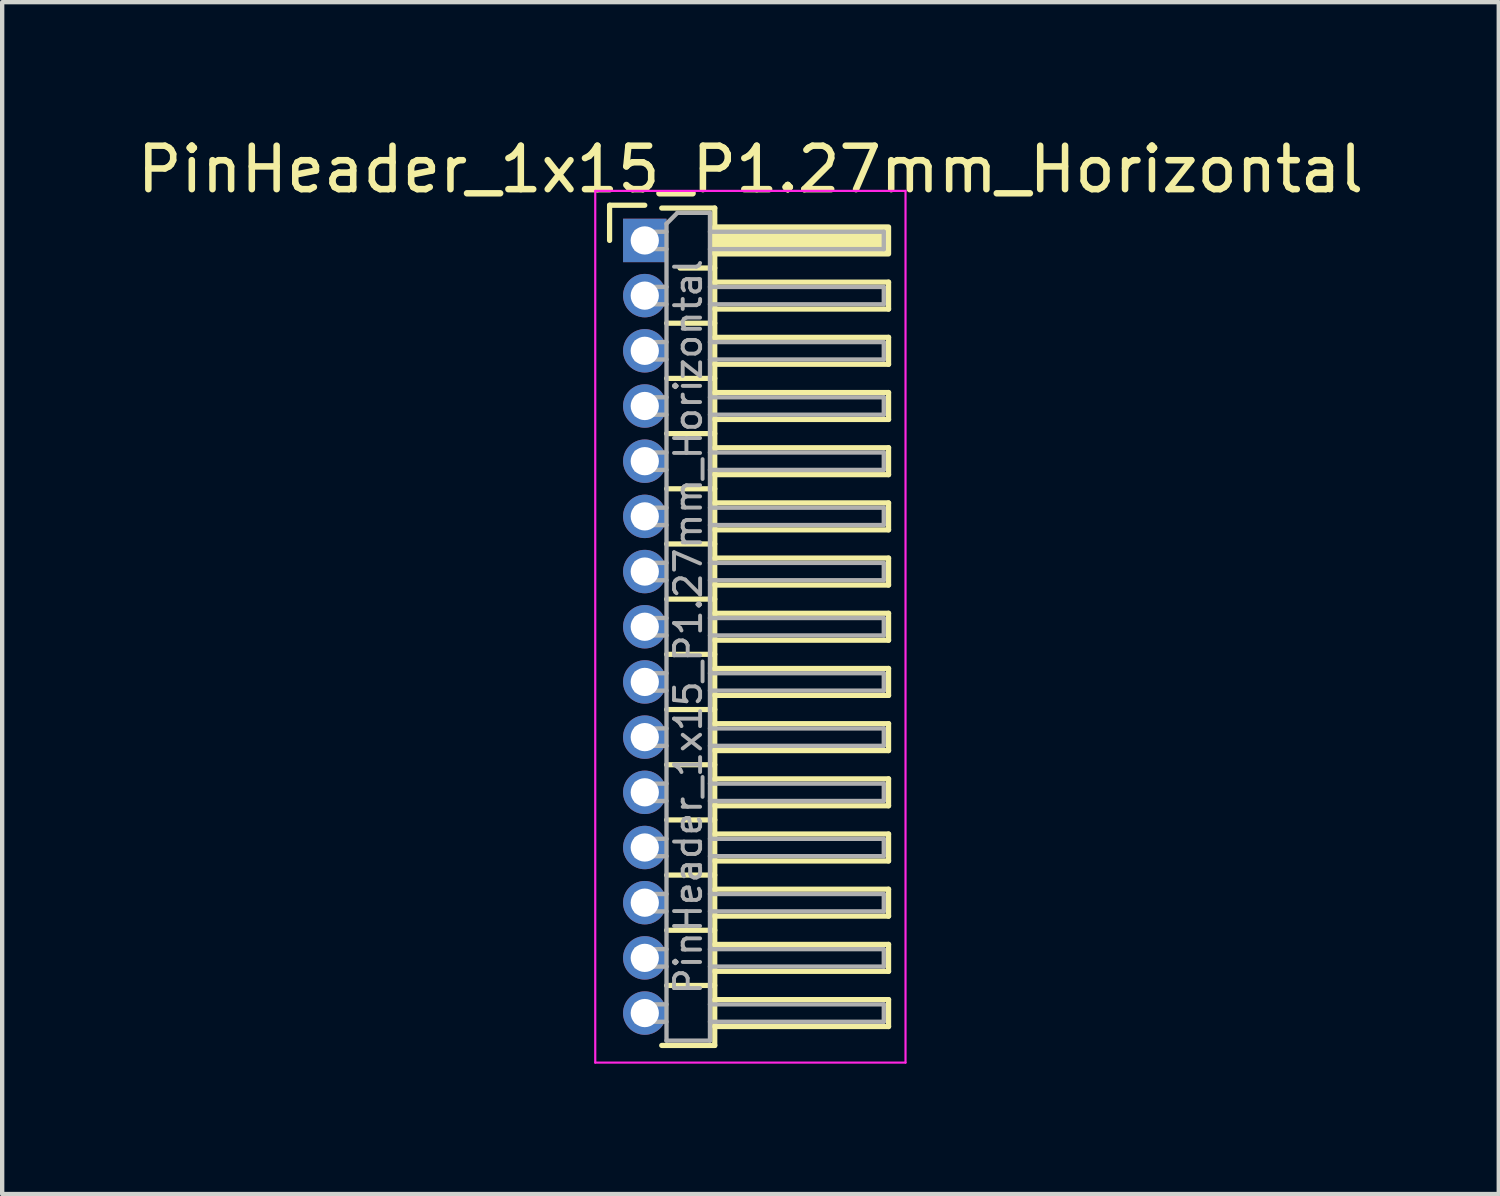
<source format=kicad_pcb>
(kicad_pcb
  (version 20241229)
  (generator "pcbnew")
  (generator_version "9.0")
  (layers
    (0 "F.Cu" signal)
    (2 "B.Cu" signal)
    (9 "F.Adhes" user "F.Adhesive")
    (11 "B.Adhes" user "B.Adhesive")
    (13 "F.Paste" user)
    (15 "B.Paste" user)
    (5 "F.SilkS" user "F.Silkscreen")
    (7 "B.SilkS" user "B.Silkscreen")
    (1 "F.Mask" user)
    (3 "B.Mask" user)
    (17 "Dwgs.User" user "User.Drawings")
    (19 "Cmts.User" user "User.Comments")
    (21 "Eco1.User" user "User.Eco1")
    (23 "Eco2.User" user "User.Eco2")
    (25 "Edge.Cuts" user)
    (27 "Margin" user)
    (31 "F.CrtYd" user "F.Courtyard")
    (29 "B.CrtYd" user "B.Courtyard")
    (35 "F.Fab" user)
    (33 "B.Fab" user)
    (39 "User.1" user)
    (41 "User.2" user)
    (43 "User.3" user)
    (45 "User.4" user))
  (footprint "PinHeader_1x15_P1.27mm_Horizontal"
    (layer "F.Cu")
    (at 11.788 2.483)
    (property "Reference" "PinHeader_1x15_P1.27mm_Horizontal" (at 2.433 -1.635 0) (layer "F.SilkS") (effects (font (size 1 1) (thickness 0.15))))
    (attr through_hole)
    (fp_line (start -0.81 -0.81) (end 0 -0.81) (stroke (width 0.12) (type solid)) (layer "F.SilkS"))
    (fp_line (start -0.81 0) (end -0.81 -0.81) (stroke (width 0.12) (type solid)) (layer "F.SilkS"))
    (fp_line (start 0.39 -0.745) (end 1.61 -0.745) (stroke (width 0.12) (type solid)) (layer "F.SilkS"))
    (fp_line (start 0.503 1.905) (end 1.61 1.905) (stroke (width 0.12) (type solid)) (layer "F.SilkS"))
    (fp_line (start 0.503 3.175) (end 1.61 3.175) (stroke (width 0.12) (type solid)) (layer "F.SilkS"))
    (fp_line (start 0.503 4.445) (end 1.61 4.445) (stroke (width 0.12) (type solid)) (layer "F.SilkS"))
    (fp_line (start 0.503 5.715) (end 1.61 5.715) (stroke (width 0.12) (type solid)) (layer "F.SilkS"))
    (fp_line (start 0.503 6.985) (end 1.61 6.985) (stroke (width 0.12) (type solid)) (layer "F.SilkS"))
    (fp_line (start 0.503 8.255) (end 1.61 8.255) (stroke (width 0.12) (type solid)) (layer "F.SilkS"))
    (fp_line (start 0.503 9.525) (end 1.61 9.525) (stroke (width 0.12) (type solid)) (layer "F.SilkS"))
    (fp_line (start 0.503 10.795) (end 1.61 10.795) (stroke (width 0.12) (type solid)) (layer "F.SilkS"))
    (fp_line (start 0.503 12.065) (end 1.61 12.065) (stroke (width 0.12) (type solid)) (layer "F.SilkS"))
    (fp_line (start 0.503 13.335) (end 1.61 13.335) (stroke (width 0.12) (type solid)) (layer "F.SilkS"))
    (fp_line (start 0.503 14.605) (end 1.61 14.605) (stroke (width 0.12) (type solid)) (layer "F.SilkS"))
    (fp_line (start 0.503 15.875) (end 1.61 15.875) (stroke (width 0.12) (type solid)) (layer "F.SilkS"))
    (fp_line (start 0.503 17.145) (end 1.61 17.145) (stroke (width 0.12) (type solid)) (layer "F.SilkS"))
    (fp_line (start 0.81 0.635) (end 1.61 0.635) (stroke (width 0.12) (type solid)) (layer "F.SilkS"))
    (fp_line (start 1.61 -0.745) (end 1.61 18.525) (stroke (width 0.12) (type solid)) (layer "F.SilkS"))
    (fp_line (start 1.61 0.96) (end 5.61 0.96) (stroke (width 0.12) (type solid)) (layer "F.SilkS"))
    (fp_line (start 1.61 2.23) (end 5.61 2.23) (stroke (width 0.12) (type solid)) (layer "F.SilkS"))
    (fp_line (start 1.61 3.5) (end 5.61 3.5) (stroke (width 0.12) (type solid)) (layer "F.SilkS"))
    (fp_line (start 1.61 4.77) (end 5.61 4.77) (stroke (width 0.12) (type solid)) (layer "F.SilkS"))
    (fp_line (start 1.61 6.04) (end 5.61 6.04) (stroke (width 0.12) (type solid)) (layer "F.SilkS"))
    (fp_line (start 1.61 7.31) (end 5.61 7.31) (stroke (width 0.12) (type solid)) (layer "F.SilkS"))
    (fp_line (start 1.61 8.58) (end 5.61 8.58) (stroke (width 0.12) (type solid)) (layer "F.SilkS"))
    (fp_line (start 1.61 9.85) (end 5.61 9.85) (stroke (width 0.12) (type solid)) (layer "F.SilkS"))
    (fp_line (start 1.61 11.12) (end 5.61 11.12) (stroke (width 0.12) (type solid)) (layer "F.SilkS"))
    (fp_line (start 1.61 12.39) (end 5.61 12.39) (stroke (width 0.12) (type solid)) (layer "F.SilkS"))
    (fp_line (start 1.61 13.66) (end 5.61 13.66) (stroke (width 0.12) (type solid)) (layer "F.SilkS"))
    (fp_line (start 1.61 14.93) (end 5.61 14.93) (stroke (width 0.12) (type solid)) (layer "F.SilkS"))
    (fp_line (start 1.61 16.2) (end 5.61 16.2) (stroke (width 0.12) (type solid)) (layer "F.SilkS"))
    (fp_line (start 1.61 17.47) (end 5.61 17.47) (stroke (width 0.12) (type solid)) (layer "F.SilkS"))
    (fp_line (start 1.61 18.525) (end 0.39 18.525) (stroke (width 0.12) (type solid)) (layer "F.SilkS"))
    (fp_line (start 5.61 0.96) (end 5.61 1.58) (stroke (width 0.12) (type solid)) (layer "F.SilkS"))
    (fp_line (start 5.61 1.58) (end 1.61 1.58) (stroke (width 0.12) (type solid)) (layer "F.SilkS"))
    (fp_line (start 5.61 2.23) (end 5.61 2.85) (stroke (width 0.12) (type solid)) (layer "F.SilkS"))
    (fp_line (start 5.61 2.85) (end 1.61 2.85) (stroke (width 0.12) (type solid)) (layer "F.SilkS"))
    (fp_line (start 5.61 3.5) (end 5.61 4.12) (stroke (width 0.12) (type solid)) (layer "F.SilkS"))
    (fp_line (start 5.61 4.12) (end 1.61 4.12) (stroke (width 0.12) (type solid)) (layer "F.SilkS"))
    (fp_line (start 5.61 4.77) (end 5.61 5.39) (stroke (width 0.12) (type solid)) (layer "F.SilkS"))
    (fp_line (start 5.61 5.39) (end 1.61 5.39) (stroke (width 0.12) (type solid)) (layer "F.SilkS"))
    (fp_line (start 5.61 6.04) (end 5.61 6.66) (stroke (width 0.12) (type solid)) (layer "F.SilkS"))
    (fp_line (start 5.61 6.66) (end 1.61 6.66) (stroke (width 0.12) (type solid)) (layer "F.SilkS"))
    (fp_line (start 5.61 7.31) (end 5.61 7.93) (stroke (width 0.12) (type solid)) (layer "F.SilkS"))
    (fp_line (start 5.61 7.93) (end 1.61 7.93) (stroke (width 0.12) (type solid)) (layer "F.SilkS"))
    (fp_line (start 5.61 8.58) (end 5.61 9.2) (stroke (width 0.12) (type solid)) (layer "F.SilkS"))
    (fp_line (start 5.61 9.2) (end 1.61 9.2) (stroke (width 0.12) (type solid)) (layer "F.SilkS"))
    (fp_line (start 5.61 9.85) (end 5.61 10.47) (stroke (width 0.12) (type solid)) (layer "F.SilkS"))
    (fp_line (start 5.61 10.47) (end 1.61 10.47) (stroke (width 0.12) (type solid)) (layer "F.SilkS"))
    (fp_line (start 5.61 11.12) (end 5.61 11.74) (stroke (width 0.12) (type solid)) (layer "F.SilkS"))
    (fp_line (start 5.61 11.74) (end 1.61 11.74) (stroke (width 0.12) (type solid)) (layer "F.SilkS"))
    (fp_line (start 5.61 12.39) (end 5.61 13.01) (stroke (width 0.12) (type solid)) (layer "F.SilkS"))
    (fp_line (start 5.61 13.01) (end 1.61 13.01) (stroke (width 0.12) (type solid)) (layer "F.SilkS"))
    (fp_line (start 5.61 13.66) (end 5.61 14.28) (stroke (width 0.12) (type solid)) (layer "F.SilkS"))
    (fp_line (start 5.61 14.28) (end 1.61 14.28) (stroke (width 0.12) (type solid)) (layer "F.SilkS"))
    (fp_line (start 5.61 14.93) (end 5.61 15.55) (stroke (width 0.12) (type solid)) (layer "F.SilkS"))
    (fp_line (start 5.61 15.55) (end 1.61 15.55) (stroke (width 0.12) (type solid)) (layer "F.SilkS"))
    (fp_line (start 5.61 16.2) (end 5.61 16.82) (stroke (width 0.12) (type solid)) (layer "F.SilkS"))
    (fp_line (start 5.61 16.82) (end 1.61 16.82) (stroke (width 0.12) (type solid)) (layer "F.SilkS"))
    (fp_line (start 5.61 17.47) (end 5.61 18.09) (stroke (width 0.12) (type solid)) (layer "F.SilkS"))
    (fp_line (start 5.61 18.09) (end 1.61 18.09) (stroke (width 0.12) (type solid)) (layer "F.SilkS"))
    (fp_rect (start 1.61 -0.31) (end 5.61 0.31) (stroke (width 0.12) (type solid)) (fill yes) (layer "F.SilkS"))
    (fp_line (start -1.14 -1.14) (end -1.14 18.92) (stroke (width 0.05) (type solid)) (layer "F.CrtYd"))
    (fp_line (start -1.14 18.92) (end 6 18.92) (stroke (width 0.05) (type solid)) (layer "F.CrtYd"))
    (fp_line (start 6 -1.14) (end -1.14 -1.14) (stroke (width 0.05) (type solid)) (layer "F.CrtYd"))
    (fp_line (start 6 18.92) (end 6 -1.14) (stroke (width 0.05) (type solid)) (layer "F.CrtYd"))
    (fp_line (start -0.2 -0.2) (end -0.2 0.2) (stroke (width 0.1) (type solid)) (layer "F.Fab"))
    (fp_line (start -0.2 -0.2) (end 0.5 -0.2) (stroke (width 0.1) (type solid)) (layer "F.Fab"))
    (fp_line (start -0.2 0.2) (end 0.5 0.2) (stroke (width 0.1) (type solid)) (layer "F.Fab"))
    (fp_line (start -0.2 1.07) (end -0.2 1.47) (stroke (width 0.1) (type solid)) (layer "F.Fab"))
    (fp_line (start -0.2 1.07) (end 0.5 1.07) (stroke (width 0.1) (type solid)) (layer "F.Fab"))
    (fp_line (start -0.2 1.47) (end 0.5 1.47) (stroke (width 0.1) (type solid)) (layer "F.Fab"))
    (fp_line (start -0.2 2.34) (end -0.2 2.74) (stroke (width 0.1) (type solid)) (layer "F.Fab"))
    (fp_line (start -0.2 2.34) (end 0.5 2.34) (stroke (width 0.1) (type solid)) (layer "F.Fab"))
    (fp_line (start -0.2 2.74) (end 0.5 2.74) (stroke (width 0.1) (type solid)) (layer "F.Fab"))
    (fp_line (start -0.2 3.61) (end -0.2 4.01) (stroke (width 0.1) (type solid)) (layer "F.Fab"))
    (fp_line (start -0.2 3.61) (end 0.5 3.61) (stroke (width 0.1) (type solid)) (layer "F.Fab"))
    (fp_line (start -0.2 4.01) (end 0.5 4.01) (stroke (width 0.1) (type solid)) (layer "F.Fab"))
    (fp_line (start -0.2 4.88) (end -0.2 5.28) (stroke (width 0.1) (type solid)) (layer "F.Fab"))
    (fp_line (start -0.2 4.88) (end 0.5 4.88) (stroke (width 0.1) (type solid)) (layer "F.Fab"))
    (fp_line (start -0.2 5.28) (end 0.5 5.28) (stroke (width 0.1) (type solid)) (layer "F.Fab"))
    (fp_line (start -0.2 6.15) (end -0.2 6.55) (stroke (width 0.1) (type solid)) (layer "F.Fab"))
    (fp_line (start -0.2 6.15) (end 0.5 6.15) (stroke (width 0.1) (type solid)) (layer "F.Fab"))
    (fp_line (start -0.2 6.55) (end 0.5 6.55) (stroke (width 0.1) (type solid)) (layer "F.Fab"))
    (fp_line (start -0.2 7.42) (end -0.2 7.82) (stroke (width 0.1) (type solid)) (layer "F.Fab"))
    (fp_line (start -0.2 7.42) (end 0.5 7.42) (stroke (width 0.1) (type solid)) (layer "F.Fab"))
    (fp_line (start -0.2 7.82) (end 0.5 7.82) (stroke (width 0.1) (type solid)) (layer "F.Fab"))
    (fp_line (start -0.2 8.69) (end -0.2 9.09) (stroke (width 0.1) (type solid)) (layer "F.Fab"))
    (fp_line (start -0.2 8.69) (end 0.5 8.69) (stroke (width 0.1) (type solid)) (layer "F.Fab"))
    (fp_line (start -0.2 9.09) (end 0.5 9.09) (stroke (width 0.1) (type solid)) (layer "F.Fab"))
    (fp_line (start -0.2 9.96) (end -0.2 10.36) (stroke (width 0.1) (type solid)) (layer "F.Fab"))
    (fp_line (start -0.2 9.96) (end 0.5 9.96) (stroke (width 0.1) (type solid)) (layer "F.Fab"))
    (fp_line (start -0.2 10.36) (end 0.5 10.36) (stroke (width 0.1) (type solid)) (layer "F.Fab"))
    (fp_line (start -0.2 11.23) (end -0.2 11.63) (stroke (width 0.1) (type solid)) (layer "F.Fab"))
    (fp_line (start -0.2 11.23) (end 0.5 11.23) (stroke (width 0.1) (type solid)) (layer "F.Fab"))
    (fp_line (start -0.2 11.63) (end 0.5 11.63) (stroke (width 0.1) (type solid)) (layer "F.Fab"))
    (fp_line (start -0.2 12.5) (end -0.2 12.9) (stroke (width 0.1) (type solid)) (layer "F.Fab"))
    (fp_line (start -0.2 12.5) (end 0.5 12.5) (stroke (width 0.1) (type solid)) (layer "F.Fab"))
    (fp_line (start -0.2 12.9) (end 0.5 12.9) (stroke (width 0.1) (type solid)) (layer "F.Fab"))
    (fp_line (start -0.2 13.77) (end -0.2 14.17) (stroke (width 0.1) (type solid)) (layer "F.Fab"))
    (fp_line (start -0.2 13.77) (end 0.5 13.77) (stroke (width 0.1) (type solid)) (layer "F.Fab"))
    (fp_line (start -0.2 14.17) (end 0.5 14.17) (stroke (width 0.1) (type solid)) (layer "F.Fab"))
    (fp_line (start -0.2 15.04) (end -0.2 15.44) (stroke (width 0.1) (type solid)) (layer "F.Fab"))
    (fp_line (start -0.2 15.04) (end 0.5 15.04) (stroke (width 0.1) (type solid)) (layer "F.Fab"))
    (fp_line (start -0.2 15.44) (end 0.5 15.44) (stroke (width 0.1) (type solid)) (layer "F.Fab"))
    (fp_line (start -0.2 16.31) (end -0.2 16.71) (stroke (width 0.1) (type solid)) (layer "F.Fab"))
    (fp_line (start -0.2 16.31) (end 0.5 16.31) (stroke (width 0.1) (type solid)) (layer "F.Fab"))
    (fp_line (start -0.2 16.71) (end 0.5 16.71) (stroke (width 0.1) (type solid)) (layer "F.Fab"))
    (fp_line (start -0.2 17.58) (end -0.2 17.98) (stroke (width 0.1) (type solid)) (layer "F.Fab"))
    (fp_line (start -0.2 17.58) (end 0.5 17.58) (stroke (width 0.1) (type solid)) (layer "F.Fab"))
    (fp_line (start -0.2 17.98) (end 0.5 17.98) (stroke (width 0.1) (type solid)) (layer "F.Fab"))
    (fp_line (start 0.5 -0.385) (end 0.75 -0.635) (stroke (width 0.1) (type solid)) (layer "F.Fab"))
    (fp_line (start 0.5 18.415) (end 0.5 -0.385) (stroke (width 0.1) (type solid)) (layer "F.Fab"))
    (fp_line (start 0.75 -0.635) (end 1.5 -0.635) (stroke (width 0.1) (type solid)) (layer "F.Fab"))
    (fp_line (start 1.5 -0.635) (end 1.5 18.415) (stroke (width 0.1) (type solid)) (layer "F.Fab"))
    (fp_line (start 1.5 -0.2) (end 5.5 -0.2) (stroke (width 0.1) (type solid)) (layer "F.Fab"))
    (fp_line (start 1.5 0.2) (end 5.5 0.2) (stroke (width 0.1) (type solid)) (layer "F.Fab"))
    (fp_line (start 1.5 1.07) (end 5.5 1.07) (stroke (width 0.1) (type solid)) (layer "F.Fab"))
    (fp_line (start 1.5 1.47) (end 5.5 1.47) (stroke (width 0.1) (type solid)) (layer "F.Fab"))
    (fp_line (start 1.5 2.34) (end 5.5 2.34) (stroke (width 0.1) (type solid)) (layer "F.Fab"))
    (fp_line (start 1.5 2.74) (end 5.5 2.74) (stroke (width 0.1) (type solid)) (layer "F.Fab"))
    (fp_line (start 1.5 3.61) (end 5.5 3.61) (stroke (width 0.1) (type solid)) (layer "F.Fab"))
    (fp_line (start 1.5 4.01) (end 5.5 4.01) (stroke (width 0.1) (type solid)) (layer "F.Fab"))
    (fp_line (start 1.5 4.88) (end 5.5 4.88) (stroke (width 0.1) (type solid)) (layer "F.Fab"))
    (fp_line (start 1.5 5.28) (end 5.5 5.28) (stroke (width 0.1) (type solid)) (layer "F.Fab"))
    (fp_line (start 1.5 6.15) (end 5.5 6.15) (stroke (width 0.1) (type solid)) (layer "F.Fab"))
    (fp_line (start 1.5 6.55) (end 5.5 6.55) (stroke (width 0.1) (type solid)) (layer "F.Fab"))
    (fp_line (start 1.5 7.42) (end 5.5 7.42) (stroke (width 0.1) (type solid)) (layer "F.Fab"))
    (fp_line (start 1.5 7.82) (end 5.5 7.82) (stroke (width 0.1) (type solid)) (layer "F.Fab"))
    (fp_line (start 1.5 8.69) (end 5.5 8.69) (stroke (width 0.1) (type solid)) (layer "F.Fab"))
    (fp_line (start 1.5 9.09) (end 5.5 9.09) (stroke (width 0.1) (type solid)) (layer "F.Fab"))
    (fp_line (start 1.5 9.96) (end 5.5 9.96) (stroke (width 0.1) (type solid)) (layer "F.Fab"))
    (fp_line (start 1.5 10.36) (end 5.5 10.36) (stroke (width 0.1) (type solid)) (layer "F.Fab"))
    (fp_line (start 1.5 11.23) (end 5.5 11.23) (stroke (width 0.1) (type solid)) (layer "F.Fab"))
    (fp_line (start 1.5 11.63) (end 5.5 11.63) (stroke (width 0.1) (type solid)) (layer "F.Fab"))
    (fp_line (start 1.5 12.5) (end 5.5 12.5) (stroke (width 0.1) (type solid)) (layer "F.Fab"))
    (fp_line (start 1.5 12.9) (end 5.5 12.9) (stroke (width 0.1) (type solid)) (layer "F.Fab"))
    (fp_line (start 1.5 13.77) (end 5.5 13.77) (stroke (width 0.1) (type solid)) (layer "F.Fab"))
    (fp_line (start 1.5 14.17) (end 5.5 14.17) (stroke (width 0.1) (type solid)) (layer "F.Fab"))
    (fp_line (start 1.5 15.04) (end 5.5 15.04) (stroke (width 0.1) (type solid)) (layer "F.Fab"))
    (fp_line (start 1.5 15.44) (end 5.5 15.44) (stroke (width 0.1) (type solid)) (layer "F.Fab"))
    (fp_line (start 1.5 16.31) (end 5.5 16.31) (stroke (width 0.1) (type solid)) (layer "F.Fab"))
    (fp_line (start 1.5 16.71) (end 5.5 16.71) (stroke (width 0.1) (type solid)) (layer "F.Fab"))
    (fp_line (start 1.5 17.58) (end 5.5 17.58) (stroke (width 0.1) (type solid)) (layer "F.Fab"))
    (fp_line (start 1.5 17.98) (end 5.5 17.98) (stroke (width 0.1) (type solid)) (layer "F.Fab"))
    (fp_line (start 1.5 18.415) (end 0.5 18.415) (stroke (width 0.1) (type solid)) (layer "F.Fab"))
    (fp_line (start 5.5 -0.2) (end 5.5 0.2) (stroke (width 0.1) (type solid)) (layer "F.Fab"))
    (fp_line (start 5.5 1.07) (end 5.5 1.47) (stroke (width 0.1) (type solid)) (layer "F.Fab"))
    (fp_line (start 5.5 2.34) (end 5.5 2.74) (stroke (width 0.1) (type solid)) (layer "F.Fab"))
    (fp_line (start 5.5 3.61) (end 5.5 4.01) (stroke (width 0.1) (type solid)) (layer "F.Fab"))
    (fp_line (start 5.5 4.88) (end 5.5 5.28) (stroke (width 0.1) (type solid)) (layer "F.Fab"))
    (fp_line (start 5.5 6.15) (end 5.5 6.55) (stroke (width 0.1) (type solid)) (layer "F.Fab"))
    (fp_line (start 5.5 7.42) (end 5.5 7.82) (stroke (width 0.1) (type solid)) (layer "F.Fab"))
    (fp_line (start 5.5 8.69) (end 5.5 9.09) (stroke (width 0.1) (type solid)) (layer "F.Fab"))
    (fp_line (start 5.5 9.96) (end 5.5 10.36) (stroke (width 0.1) (type solid)) (layer "F.Fab"))
    (fp_line (start 5.5 11.23) (end 5.5 11.63) (stroke (width 0.1) (type solid)) (layer "F.Fab"))
    (fp_line (start 5.5 12.5) (end 5.5 12.9) (stroke (width 0.1) (type solid)) (layer "F.Fab"))
    (fp_line (start 5.5 13.77) (end 5.5 14.17) (stroke (width 0.1) (type solid)) (layer "F.Fab"))
    (fp_line (start 5.5 15.04) (end 5.5 15.44) (stroke (width 0.1) (type solid)) (layer "F.Fab"))
    (fp_line (start 5.5 16.31) (end 5.5 16.71) (stroke (width 0.1) (type solid)) (layer "F.Fab"))
    (fp_line (start 5.5 17.58) (end 5.5 17.98) (stroke (width 0.1) (type solid)) (layer "F.Fab"))
    (fp_text user "${REFERENCE}" (at 1 8.89 90) (layer "F.Fab") (effects (font (size 0.6 0.6) (thickness 0.09))))
    (pad "1" thru_hole rect (at 0 0) (size 1 1) (drill 0.65) (layers "*.Cu" "*.Mask"))
    (pad "2" thru_hole circle (at 0 1.27) (size 1 1) (drill 0.65) (layers "*.Cu" "*.Mask"))
    (pad "3" thru_hole circle (at 0 2.54) (size 1 1) (drill 0.65) (layers "*.Cu" "*.Mask"))
    (pad "4" thru_hole circle (at 0 3.81) (size 1 1) (drill 0.65) (layers "*.Cu" "*.Mask"))
    (pad "5" thru_hole circle (at 0 5.08) (size 1 1) (drill 0.65) (layers "*.Cu" "*.Mask"))
    (pad "6" thru_hole circle (at 0 6.35) (size 1 1) (drill 0.65) (layers "*.Cu" "*.Mask"))
    (pad "7" thru_hole circle (at 0 7.62) (size 1 1) (drill 0.65) (layers "*.Cu" "*.Mask"))
    (pad "8" thru_hole circle (at 0 8.89) (size 1 1) (drill 0.65) (layers "*.Cu" "*.Mask"))
    (pad "9" thru_hole circle (at 0 10.16) (size 1 1) (drill 0.65) (layers "*.Cu" "*.Mask"))
    (pad "10" thru_hole circle (at 0 11.43) (size 1 1) (drill 0.65) (layers "*.Cu" "*.Mask"))
    (pad "11" thru_hole circle (at 0 12.7) (size 1 1) (drill 0.65) (layers "*.Cu" "*.Mask"))
    (pad "12" thru_hole circle (at 0 13.97) (size 1 1) (drill 0.65) (layers "*.Cu" "*.Mask"))
    (pad "13" thru_hole circle (at 0 15.24) (size 1 1) (drill 0.65) (layers "*.Cu" "*.Mask"))
    (pad "14" thru_hole circle (at 0 16.51) (size 1 1) (drill 0.65) (layers "*.Cu" "*.Mask"))
    (pad "15" thru_hole circle (at 0 17.78) (size 1 1) (drill 0.65) (layers "*.Cu" "*.Mask")))
  (gr_rect
    (start -3 -3)
    (end 31.44 24.428)
    (stroke (width 0.1) (type default))
    (fill no)
    (layer "Edge.Cuts")))
</source>
